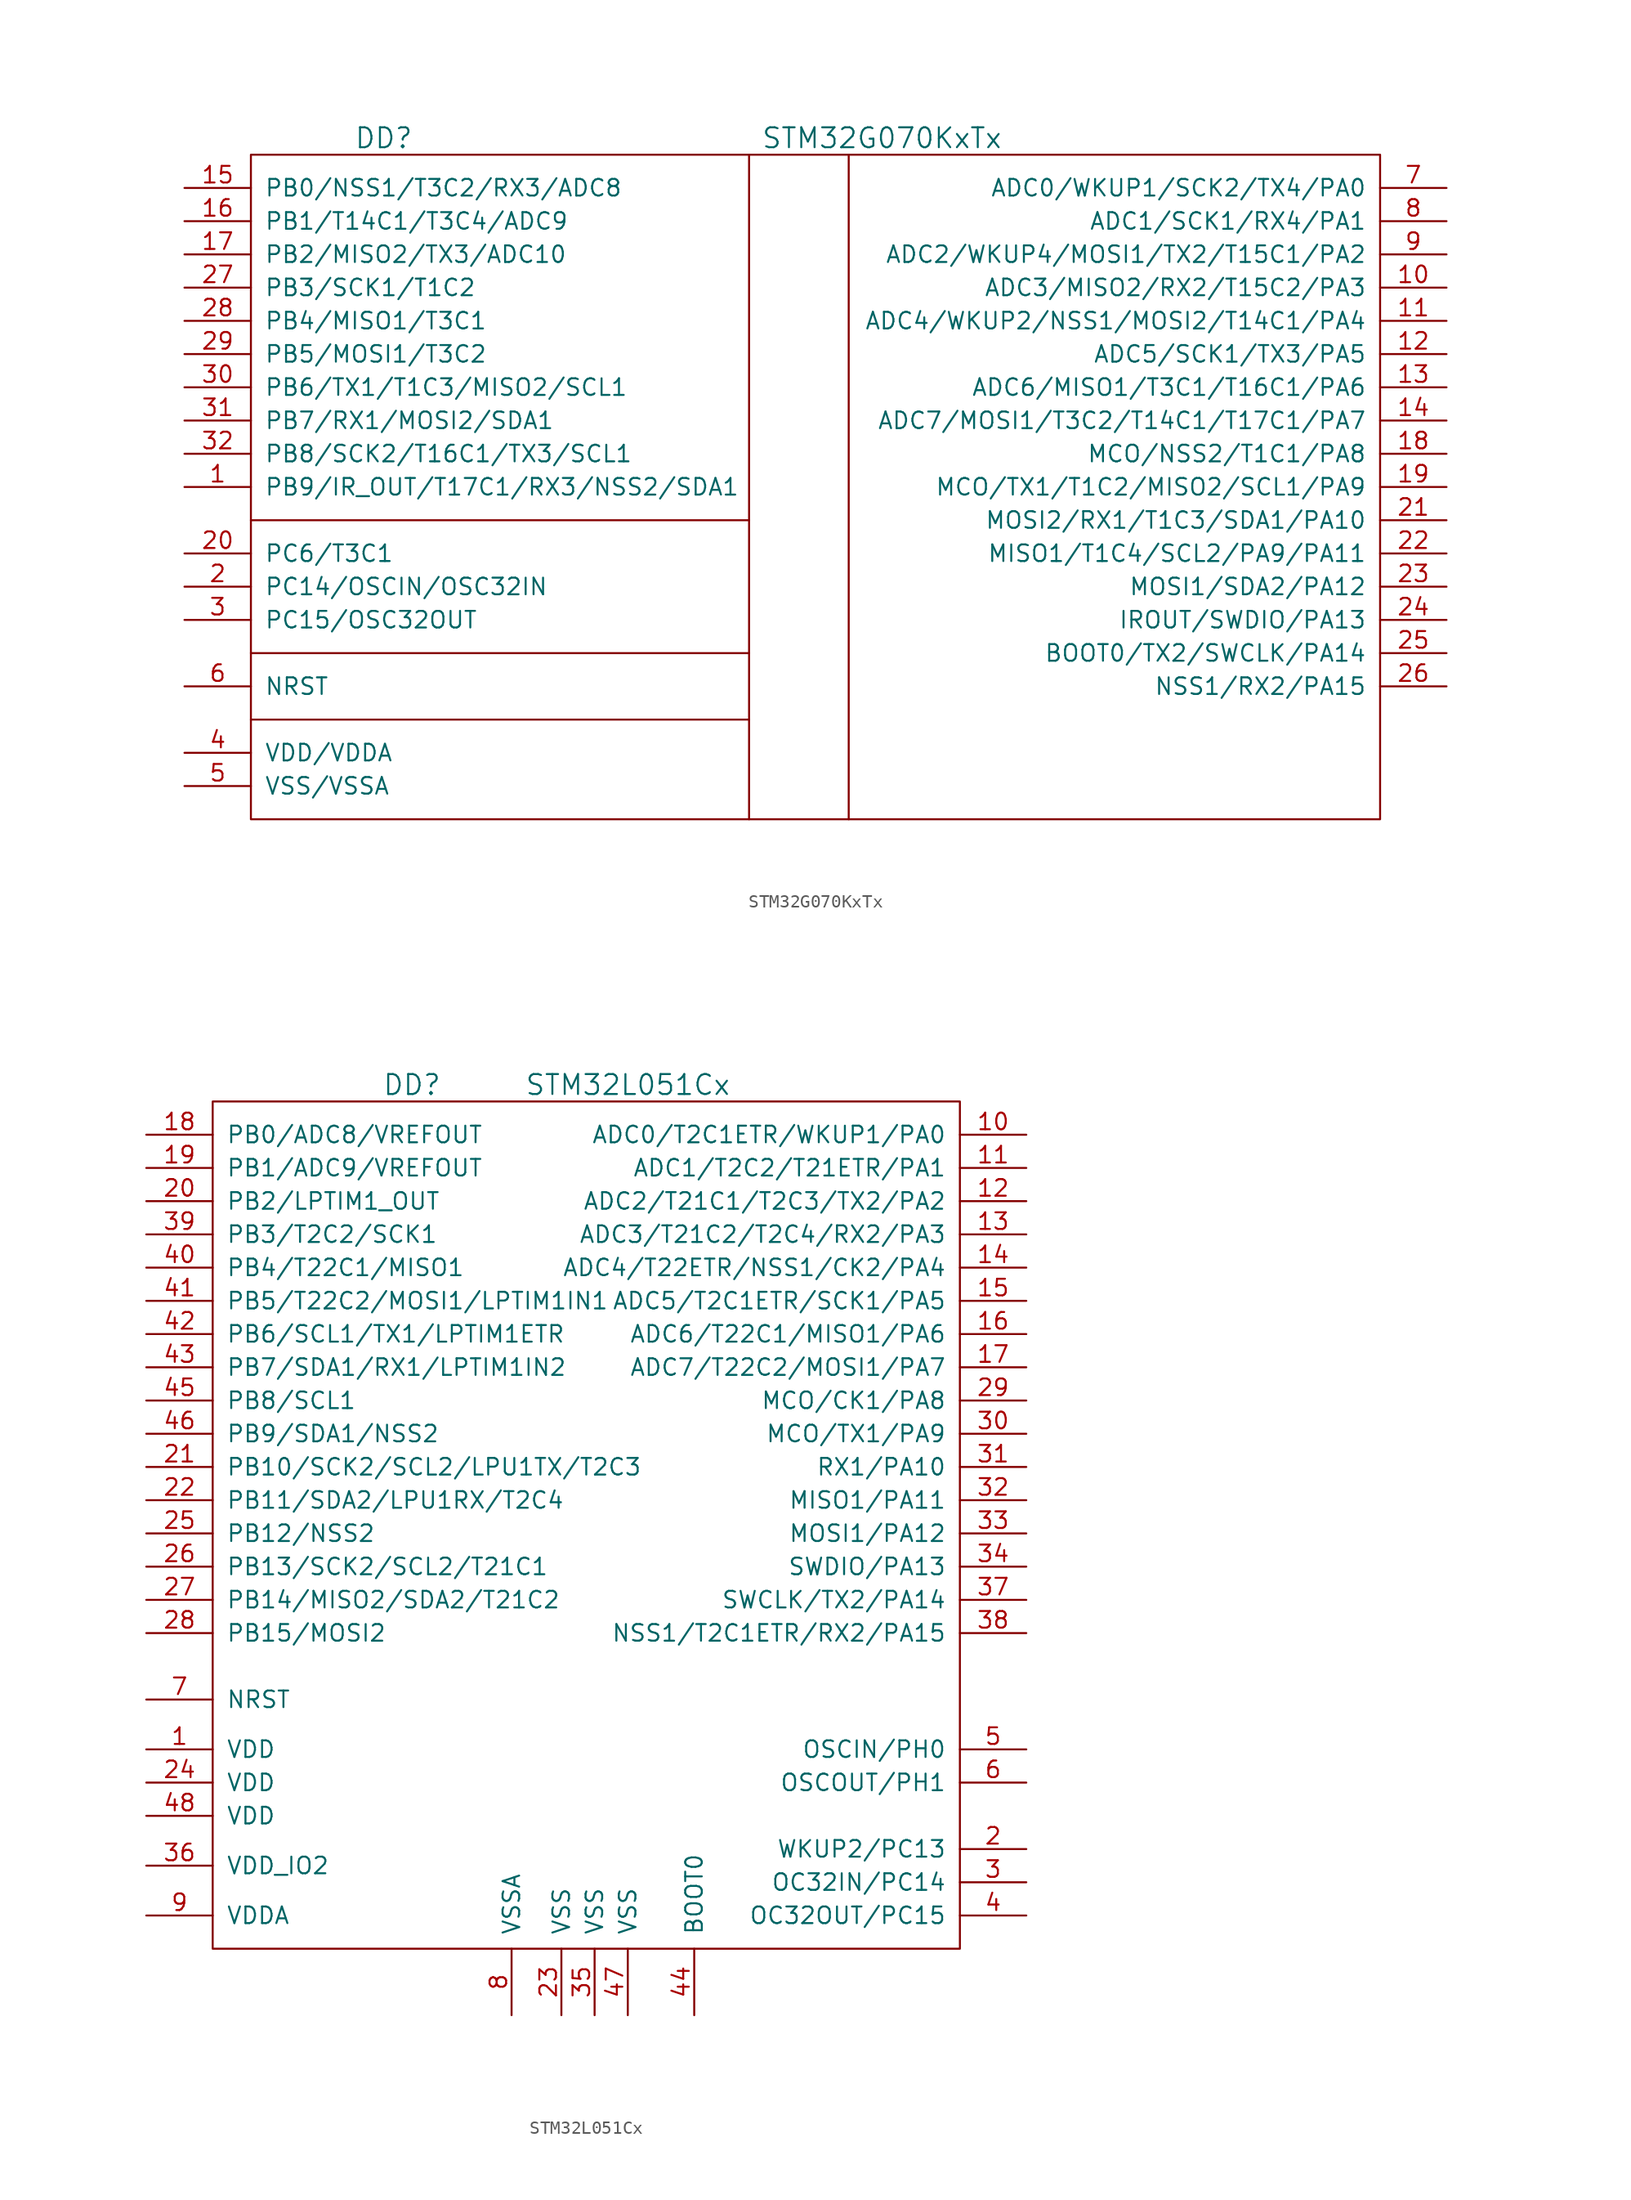
<source format=kicad_sym>
(kicad_symbol_lib
  (version 20201005)
  (generator kicad_symbol_editor)
  (symbol "st_kl:STM32G070KxTx"
    (pin_names
      (offset 1.016))
    (property "Reference" "DD"
      (at -33.02 27.94 0)
      (effects (font (size 1.524 1.524))))
    (property "Value" "STM32G070KxTx"
      (at 5.08 27.94 0)
      (effects (font (size 1.524 1.524))))
    (property "Datasheet" ""
      (at -48.26 8.89 0)
      (effects (font (size 1.524 1.524))))
    (symbol "STM32G070KxTx_0_1"
      (rectangle (start -43.18 26.67) (end 43.18 -24.13) (stroke (width 0)) (fill (type none)))
      (polyline (pts (xy -43.18 -16.51) (xy -5.08 -16.51)) (stroke (width 0)) (fill (type none)))
      (polyline (pts (xy -43.18 -11.43) (xy -5.08 -11.43)) (stroke (width 0)) (fill (type none)))
      (polyline (pts (xy -43.18 -1.27) (xy -5.08 -1.27)) (stroke (width 0)) (fill (type none)))
      (polyline (pts (xy -5.08 26.67) (xy -5.08 -24.13)) (stroke (width 0)) (fill (type none)))
      (polyline (pts (xy 2.54 26.67) (xy 2.54 -24.13)) (stroke (width 0)) (fill (type none))))
    (symbol "STM32G070KxTx_1_1"
      (pin passive line (at -48.26 1.27 0) (length 5.08) (name "PB9/IR_OUT/T17C1/RX3/NSS2/SDA1" (effects (font (size 1.27 1.27)))) (number "1" (effects (font (size 1.27 1.27)))))
      (pin passive line (at 48.26 16.51 180) (length 5.08) (name "ADC3/MISO2/RX2/T15C2/PA3" (effects (font (size 1.27 1.27)))) (number "10" (effects (font (size 1.27 1.27)))))
      (pin passive line (at 48.26 13.97 180) (length 5.08) (name "ADC4/WKUP2/NSS1/MOSI2/T14C1/PA4" (effects (font (size 1.27 1.27)))) (number "11" (effects (font (size 1.27 1.27)))))
      (pin passive line (at 48.26 11.43 180) (length 5.08) (name "ADC5/SCK1/TX3/PA5" (effects (font (size 1.27 1.27)))) (number "12" (effects (font (size 1.27 1.27)))))
      (pin passive line (at 48.26 8.89 180) (length 5.08) (name "ADC6/MISO1/T3C1/T16C1/PA6" (effects (font (size 1.27 1.27)))) (number "13" (effects (font (size 1.27 1.27)))))
      (pin passive line (at 48.26 6.35 180) (length 5.08) (name "ADC7/MOSI1/T3C2/T14C1/T17C1/PA7" (effects (font (size 1.27 1.27)))) (number "14" (effects (font (size 1.27 1.27)))))
      (pin passive line (at -48.26 24.13 0) (length 5.08) (name "PB0/NSS1/T3C2/RX3/ADC8" (effects (font (size 1.27 1.27)))) (number "15" (effects (font (size 1.27 1.27)))))
      (pin passive line (at -48.26 21.59 0) (length 5.08) (name "PB1/T14C1/T3C4/ADC9" (effects (font (size 1.27 1.27)))) (number "16" (effects (font (size 1.27 1.27)))))
      (pin passive line (at -48.26 19.05 0) (length 5.08) (name "PB2/MISO2/TX3/ADC10" (effects (font (size 1.27 1.27)))) (number "17" (effects (font (size 1.27 1.27)))))
      (pin passive line (at 48.26 3.81 180) (length 5.08) (name "MCO/NSS2/T1C1/PA8" (effects (font (size 1.27 1.27)))) (number "18" (effects (font (size 1.27 1.27)))))
      (pin passive line (at 48.26 1.27 180) (length 5.08) (name "MCO/TX1/T1C2/MISO2/SCL1/PA9" (effects (font (size 1.27 1.27)))) (number "19" (effects (font (size 1.27 1.27)))))
      (pin passive line (at -48.26 -6.35 0) (length 5.08) (name "PC14/OSCIN/OSC32IN" (effects (font (size 1.27 1.27)))) (number "2" (effects (font (size 1.27 1.27)))))
      (pin passive line (at -48.26 -3.81 0) (length 5.08) (name "PC6/T3C1" (effects (font (size 1.27 1.27)))) (number "20" (effects (font (size 1.27 1.27)))))
      (pin passive line (at 48.26 -1.27 180) (length 5.08) (name "MOSI2/RX1/T1C3/SDA1/PA10" (effects (font (size 1.27 1.27)))) (number "21" (effects (font (size 1.27 1.27)))))
      (pin passive line (at 48.26 -3.81 180) (length 5.08) (name "MISO1/T1C4/SCL2/PA9/PA11" (effects (font (size 1.27 1.27)))) (number "22" (effects (font (size 1.27 1.27)))))
      (pin passive line (at 48.26 -6.35 180) (length 5.08) (name "MOSI1/SDA2/PA12" (effects (font (size 1.27 1.27)))) (number "23" (effects (font (size 1.27 1.27)))))
      (pin passive line (at 48.26 -8.89 180) (length 5.08) (name "IROUT/SWDIO/PA13" (effects (font (size 1.27 1.27)))) (number "24" (effects (font (size 1.27 1.27)))))
      (pin passive line (at 48.26 -11.43 180) (length 5.08) (name "BOOT0/TX2/SWCLK/PA14" (effects (font (size 1.27 1.27)))) (number "25" (effects (font (size 1.27 1.27)))))
      (pin passive line (at 48.26 -13.97 180) (length 5.08) (name "NSS1/RX2/PA15" (effects (font (size 1.27 1.27)))) (number "26" (effects (font (size 1.27 1.27)))))
      (pin passive line (at -48.26 16.51 0) (length 5.08) (name "PB3/SCK1/T1C2" (effects (font (size 1.27 1.27)))) (number "27" (effects (font (size 1.27 1.27)))))
      (pin passive line (at -48.26 13.97 0) (length 5.08) (name "PB4/MISO1/T3C1" (effects (font (size 1.27 1.27)))) (number "28" (effects (font (size 1.27 1.27)))))
      (pin passive line (at -48.26 11.43 0) (length 5.08) (name "PB5/MOSI1/T3C2" (effects (font (size 1.27 1.27)))) (number "29" (effects (font (size 1.27 1.27)))))
      (pin passive line (at -48.26 -8.89 0) (length 5.08) (name "PC15/OSC32OUT" (effects (font (size 1.27 1.27)))) (number "3" (effects (font (size 1.27 1.27)))))
      (pin passive line (at -48.26 8.89 0) (length 5.08) (name "PB6/TX1/T1C3/MISO2/SCL1" (effects (font (size 1.27 1.27)))) (number "30" (effects (font (size 1.27 1.27)))))
      (pin passive line (at -48.26 6.35 0) (length 5.08) (name "PB7/RX1/MOSI2/SDA1" (effects (font (size 1.27 1.27)))) (number "31" (effects (font (size 1.27 1.27)))))
      (pin passive line (at -48.26 3.81 0) (length 5.08) (name "PB8/SCK2/T16C1/TX3/SCL1" (effects (font (size 1.27 1.27)))) (number "32" (effects (font (size 1.27 1.27)))))
      (pin power_in line (at -48.26 -19.05 0) (length 5.08) (name "VDD/VDDA" (effects (font (size 1.27 1.27)))) (number "4" (effects (font (size 1.27 1.27)))))
      (pin power_in line (at -48.26 -21.59 0) (length 5.08) (name "VSS/VSSA" (effects (font (size 1.27 1.27)))) (number "5" (effects (font (size 1.27 1.27)))))
      (pin passive line (at -48.26 -13.97 0) (length 5.08) (name "NRST" (effects (font (size 1.27 1.27)))) (number "6" (effects (font (size 1.27 1.27)))))
      (pin passive line (at 48.26 24.13 180) (length 5.08) (name "ADC0/WKUP1/SCK2/TX4/PA0" (effects (font (size 1.27 1.27)))) (number "7" (effects (font (size 1.27 1.27)))))
      (pin passive line (at 48.26 21.59 180) (length 5.08) (name "ADC1/SCK1/RX4/PA1" (effects (font (size 1.27 1.27)))) (number "8" (effects (font (size 1.27 1.27)))))
      (pin passive line (at 48.26 19.05 180) (length 5.08) (name "ADC2/WKUP4/MOSI1/TX2/T15C1/PA2" (effects (font (size 1.27 1.27)))) (number "9" (effects (font (size 1.27 1.27)))))))
  (symbol "st_kl:STM32L051Cx"
    (pin_names
      (offset 1.016))
    (property "Reference" "DD"
      (at -12.7 34.29 0)
      (effects (font (size 1.524 1.524))))
    (property "Value" "STM32L051Cx"
      (at 3.81 34.29 0)
      (effects (font (size 1.524 1.524))))
    (property "Footprint" ""
      (at 0 0 0)
      (effects (font (size 1.524 1.524))))
    (property "Datasheet" ""
      (at 0 0 0)
      (effects (font (size 1.524 1.524))))
    (symbol "STM32L051Cx_0_1"
      (rectangle (start 29.21 33.02) (end -27.94 -31.75) (stroke (width 0)) (fill (type none))))
    (symbol "STM32L051Cx_1_1"
      (pin power_in line (at -33.02 -16.51 0) (length 5.08) (name "VDD" (effects (font (size 1.27 1.27)))) (number "1" (effects (font (size 1.27 1.27)))))
      (pin passive line (at 34.29 30.48 180) (length 5.08) (name "ADC0/T2C1ETR/WKUP1/PA0" (effects (font (size 1.27 1.27)))) (number "10" (effects (font (size 1.27 1.27)))))
      (pin passive line (at 34.29 27.94 180) (length 5.08) (name "ADC1/T2C2/T21ETR/PA1" (effects (font (size 1.27 1.27)))) (number "11" (effects (font (size 1.27 1.27)))))
      (pin passive line (at 34.29 25.4 180) (length 5.08) (name "ADC2/T21C1/T2C3/TX2/PA2" (effects (font (size 1.27 1.27)))) (number "12" (effects (font (size 1.27 1.27)))))
      (pin passive line (at 34.29 22.86 180) (length 5.08) (name "ADC3/T21C2/T2C4/RX2/PA3" (effects (font (size 1.27 1.27)))) (number "13" (effects (font (size 1.27 1.27)))))
      (pin passive line (at 34.29 20.32 180) (length 5.08) (name "ADC4/T22ETR/NSS1/CK2/PA4" (effects (font (size 1.27 1.27)))) (number "14" (effects (font (size 1.27 1.27)))))
      (pin passive line (at 34.29 17.78 180) (length 5.08) (name "ADC5/T2C1ETR/SCK1/PA5" (effects (font (size 1.27 1.27)))) (number "15" (effects (font (size 1.27 1.27)))))
      (pin passive line (at 34.29 15.24 180) (length 5.08) (name "ADC6/T22C1/MISO1/PA6" (effects (font (size 1.27 1.27)))) (number "16" (effects (font (size 1.27 1.27)))))
      (pin passive line (at 34.29 12.7 180) (length 5.08) (name "ADC7/T22C2/MOSI1/PA7" (effects (font (size 1.27 1.27)))) (number "17" (effects (font (size 1.27 1.27)))))
      (pin passive line (at -33.02 30.48 0) (length 5.08) (name "PB0/ADC8/VREFOUT" (effects (font (size 1.27 1.27)))) (number "18" (effects (font (size 1.27 1.27)))))
      (pin passive line (at -33.02 27.94 0) (length 5.08) (name "PB1/ADC9/VREFOUT" (effects (font (size 1.27 1.27)))) (number "19" (effects (font (size 1.27 1.27)))))
      (pin passive line (at 34.29 -24.13 180) (length 5.08) (name "WKUP2/PC13" (effects (font (size 1.27 1.27)))) (number "2" (effects (font (size 1.27 1.27)))))
      (pin passive line (at -33.02 25.4 0) (length 5.08) (name "PB2/LPTIM1_OUT" (effects (font (size 1.27 1.27)))) (number "20" (effects (font (size 1.27 1.27)))))
      (pin passive line (at -33.02 5.08 0) (length 5.08) (name "PB10/SCK2/SCL2/LPU1TX/T2C3" (effects (font (size 1.27 1.27)))) (number "21" (effects (font (size 1.27 1.27)))))
      (pin passive line (at -33.02 2.54 0) (length 5.08) (name "PB11/SDA2/LPU1RX/T2C4" (effects (font (size 1.27 1.27)))) (number "22" (effects (font (size 1.27 1.27)))))
      (pin power_in line (at -1.27 -36.83 90) (length 5.08) (name "VSS" (effects (font (size 1.27 1.27)))) (number "23" (effects (font (size 1.27 1.27)))))
      (pin power_in line (at -33.02 -19.05 0) (length 5.08) (name "VDD" (effects (font (size 1.27 1.27)))) (number "24" (effects (font (size 1.27 1.27)))))
      (pin passive line (at -33.02 0 0) (length 5.08) (name "PB12/NSS2" (effects (font (size 1.27 1.27)))) (number "25" (effects (font (size 1.27 1.27)))))
      (pin passive line (at -33.02 -2.54 0) (length 5.08) (name "PB13/SCK2/SCL2/T21C1" (effects (font (size 1.27 1.27)))) (number "26" (effects (font (size 1.27 1.27)))))
      (pin passive line (at -33.02 -5.08 0) (length 5.08) (name "PB14/MISO2/SDA2/T21C2" (effects (font (size 1.27 1.27)))) (number "27" (effects (font (size 1.27 1.27)))))
      (pin passive line (at -33.02 -7.62 0) (length 5.08) (name "PB15/MOSI2" (effects (font (size 1.27 1.27)))) (number "28" (effects (font (size 1.27 1.27)))))
      (pin passive line (at 34.29 10.16 180) (length 5.08) (name "MCO/CK1/PA8" (effects (font (size 1.27 1.27)))) (number "29" (effects (font (size 1.27 1.27)))))
      (pin passive line (at 34.29 -26.67 180) (length 5.08) (name "OC32IN/PC14" (effects (font (size 1.27 1.27)))) (number "3" (effects (font (size 1.27 1.27)))))
      (pin passive line (at 34.29 7.62 180) (length 5.08) (name "MCO/TX1/PA9" (effects (font (size 1.27 1.27)))) (number "30" (effects (font (size 1.27 1.27)))))
      (pin passive line (at 34.29 5.08 180) (length 5.08) (name "RX1/PA10" (effects (font (size 1.27 1.27)))) (number "31" (effects (font (size 1.27 1.27)))))
      (pin passive line (at 34.29 2.54 180) (length 5.08) (name "MISO1/PA11" (effects (font (size 1.27 1.27)))) (number "32" (effects (font (size 1.27 1.27)))))
      (pin passive line (at 34.29 0 180) (length 5.08) (name "MOSI1/PA12" (effects (font (size 1.27 1.27)))) (number "33" (effects (font (size 1.27 1.27)))))
      (pin passive line (at 34.29 -2.54 180) (length 5.08) (name "SWDIO/PA13" (effects (font (size 1.27 1.27)))) (number "34" (effects (font (size 1.27 1.27)))))
      (pin power_in line (at 1.27 -36.83 90) (length 5.08) (name "VSS" (effects (font (size 1.27 1.27)))) (number "35" (effects (font (size 1.27 1.27)))))
      (pin power_in line (at -33.02 -25.4 0) (length 5.08) (name "VDD_IO2" (effects (font (size 1.27 1.27)))) (number "36" (effects (font (size 1.27 1.27)))))
      (pin passive line (at 34.29 -5.08 180) (length 5.08) (name "SWCLK/TX2/PA14" (effects (font (size 1.27 1.27)))) (number "37" (effects (font (size 1.27 1.27)))))
      (pin passive line (at 34.29 -7.62 180) (length 5.08) (name "NSS1/T2C1ETR/RX2/PA15" (effects (font (size 1.27 1.27)))) (number "38" (effects (font (size 1.27 1.27)))))
      (pin passive line (at -33.02 22.86 0) (length 5.08) (name "PB3/T2C2/SCK1" (effects (font (size 1.27 1.27)))) (number "39" (effects (font (size 1.27 1.27)))))
      (pin passive line (at 34.29 -29.21 180) (length 5.08) (name "OC32OUT/PC15" (effects (font (size 1.27 1.27)))) (number "4" (effects (font (size 1.27 1.27)))))
      (pin passive line (at -33.02 20.32 0) (length 5.08) (name "PB4/T22C1/MISO1" (effects (font (size 1.27 1.27)))) (number "40" (effects (font (size 1.27 1.27)))))
      (pin passive line (at -33.02 17.78 0) (length 5.08) (name "PB5/T22C2/MOSI1/LPTIM1IN1" (effects (font (size 1.27 1.27)))) (number "41" (effects (font (size 1.27 1.27)))))
      (pin passive line (at -33.02 15.24 0) (length 5.08) (name "PB6/SCL1/TX1/LPTIM1ETR" (effects (font (size 1.27 1.27)))) (number "42" (effects (font (size 1.27 1.27)))))
      (pin passive line (at -33.02 12.7 0) (length 5.08) (name "PB7/SDA1/RX1/LPTIM1IN2" (effects (font (size 1.27 1.27)))) (number "43" (effects (font (size 1.27 1.27)))))
      (pin passive line (at 8.89 -36.83 90) (length 5.08) (name "BOOT0" (effects (font (size 1.27 1.27)))) (number "44" (effects (font (size 1.27 1.27)))))
      (pin passive line (at -33.02 10.16 0) (length 5.08) (name "PB8/SCL1" (effects (font (size 1.27 1.27)))) (number "45" (effects (font (size 1.27 1.27)))))
      (pin passive line (at -33.02 7.62 0) (length 5.08) (name "PB9/SDA1/NSS2" (effects (font (size 1.27 1.27)))) (number "46" (effects (font (size 1.27 1.27)))))
      (pin power_in line (at 3.81 -36.83 90) (length 5.08) (name "VSS" (effects (font (size 1.27 1.27)))) (number "47" (effects (font (size 1.27 1.27)))))
      (pin power_in line (at -33.02 -21.59 0) (length 5.08) (name "VDD" (effects (font (size 1.27 1.27)))) (number "48" (effects (font (size 1.27 1.27)))))
      (pin passive line (at 34.29 -16.51 180) (length 5.08) (name "OSCIN/PH0" (effects (font (size 1.27 1.27)))) (number "5" (effects (font (size 1.27 1.27)))))
      (pin passive line (at 34.29 -19.05 180) (length 5.08) (name "OSCOUT/PH1" (effects (font (size 1.27 1.27)))) (number "6" (effects (font (size 1.27 1.27)))))
      (pin passive line (at -33.02 -12.7 0) (length 5.08) (name "NRST" (effects (font (size 1.27 1.27)))) (number "7" (effects (font (size 1.27 1.27)))))
      (pin power_in line (at -5.08 -36.83 90) (length 5.08) (name "VSSA" (effects (font (size 1.27 1.27)))) (number "8" (effects (font (size 1.27 1.27)))))
      (pin power_in line (at -33.02 -29.21 0) (length 5.08) (name "VDDA" (effects (font (size 1.27 1.27)))) (number "9" (effects (font (size 1.27 1.27))))))))
</source>
